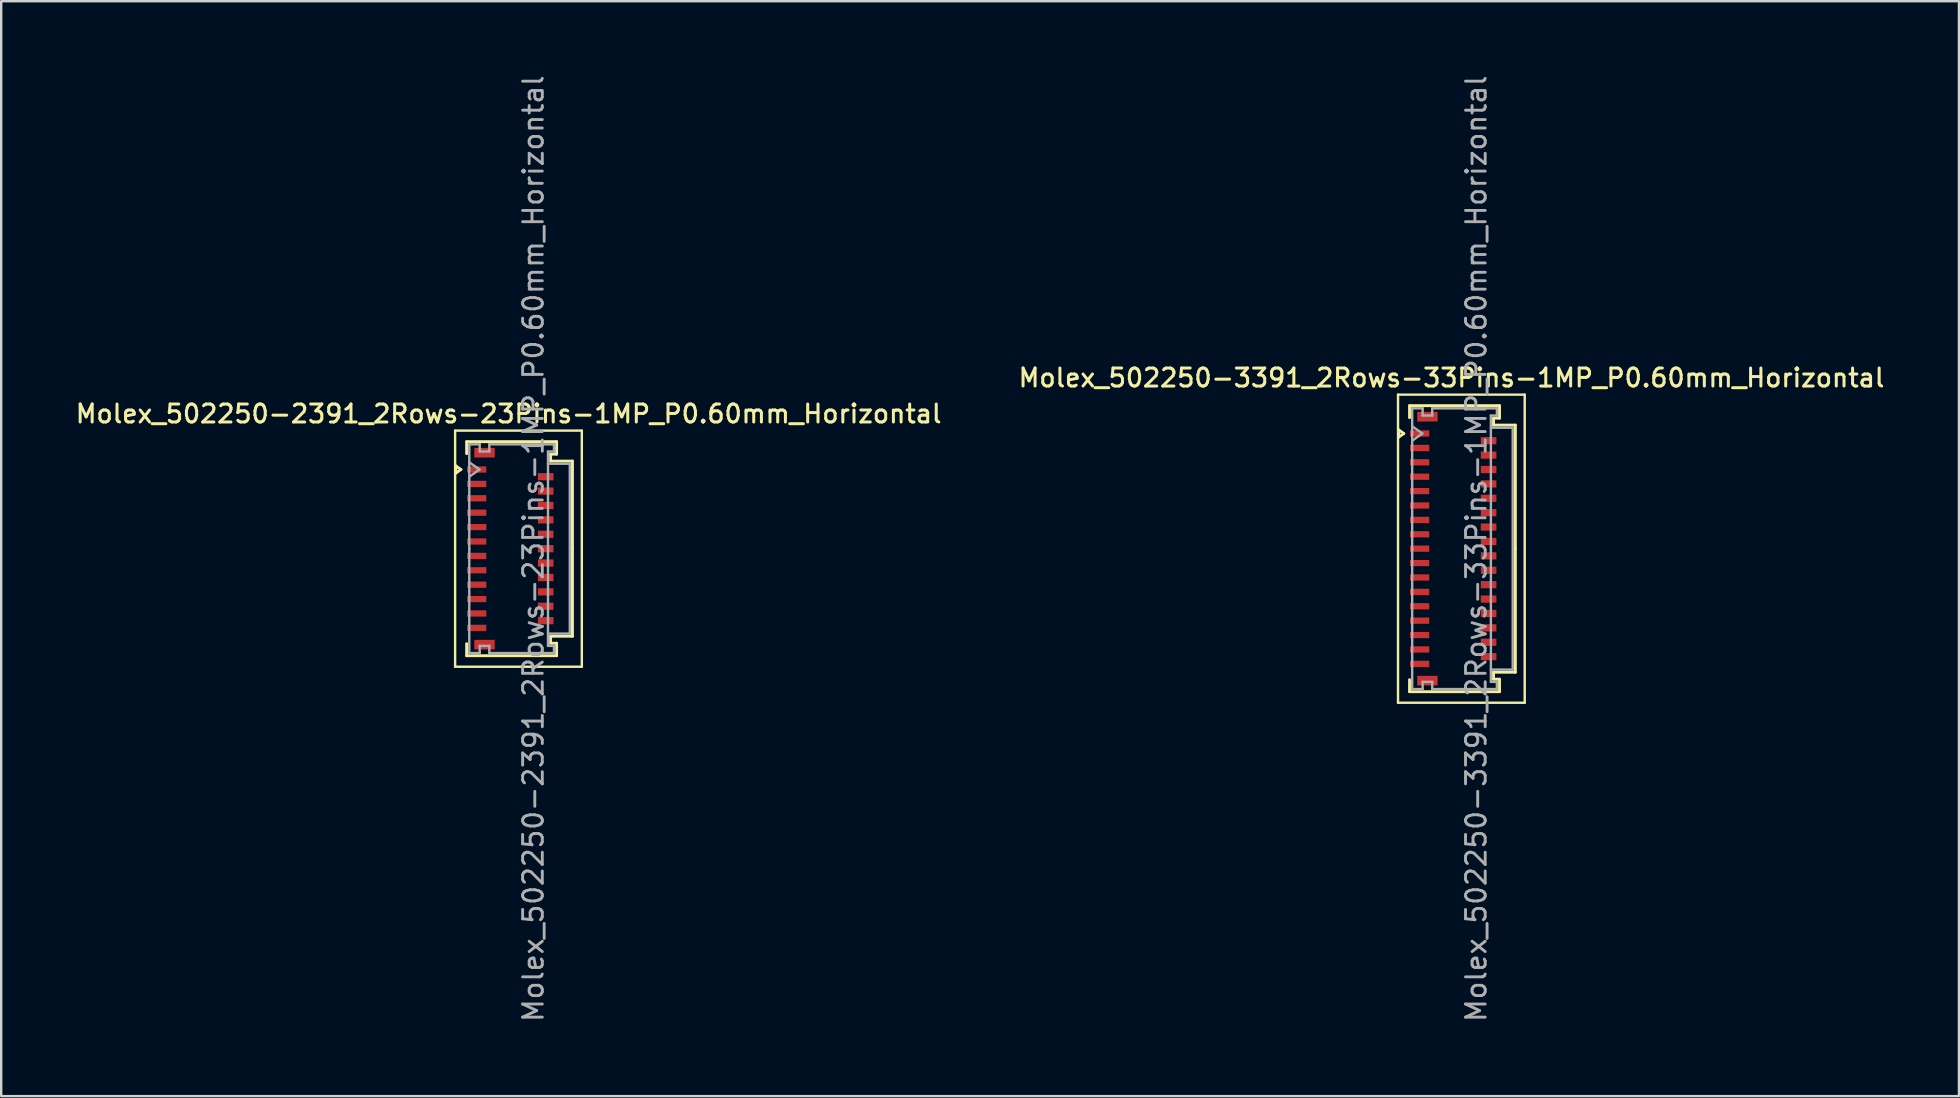
<source format=kicad_pcb>
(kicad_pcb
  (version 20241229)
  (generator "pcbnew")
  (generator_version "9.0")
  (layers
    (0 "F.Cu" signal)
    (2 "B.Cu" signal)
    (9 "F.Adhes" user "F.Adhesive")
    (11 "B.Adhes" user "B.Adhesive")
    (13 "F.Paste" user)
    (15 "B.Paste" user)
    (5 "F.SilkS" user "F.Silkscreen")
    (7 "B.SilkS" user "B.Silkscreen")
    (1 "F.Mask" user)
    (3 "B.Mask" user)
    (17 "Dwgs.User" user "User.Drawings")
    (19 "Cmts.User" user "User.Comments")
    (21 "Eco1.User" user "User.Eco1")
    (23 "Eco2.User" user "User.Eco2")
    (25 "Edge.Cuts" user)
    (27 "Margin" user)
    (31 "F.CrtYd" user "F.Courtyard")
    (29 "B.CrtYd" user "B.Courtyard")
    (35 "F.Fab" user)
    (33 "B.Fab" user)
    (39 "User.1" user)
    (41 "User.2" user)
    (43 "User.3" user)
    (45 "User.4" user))
  (footprint "Molex_502250-3391_2Rows-33Pins-1MP_P0.60mm_Horizontal"
    (layer "F.Cu")
    (at 57.515 19.817)
    (property "Reference" "Molex_502250-3391_2Rows-33Pins-1MP_P0.60mm_Horizontal" (at -0.07 -7.12 0) (layer "F.SilkS") (effects (font (size 0.75 0.75) (thickness 0.125))))
    (attr smd)
    (fp_line (start -2.3 -6.42) (end -2.3 6.42) (stroke (width 0.1) (type solid)) (layer "F.SilkS"))
    (fp_line (start -2.3 6.42) (end 2.98 6.42) (stroke (width 0.1) (type solid)) (layer "F.SilkS"))
    (fp_line (start -2.272 -4.95) (end -2.06 -4.8) (stroke (width 0.12) (type solid)) (layer "F.SilkS"))
    (fp_line (start -2.272 -4.65) (end -2.272 -4.95) (stroke (width 0.12) (type solid)) (layer "F.SilkS"))
    (fp_line (start -2.06 -4.8) (end -2.272 -4.65) (stroke (width 0.12) (type solid)) (layer "F.SilkS"))
    (fp_line (start -1.82 -5.96) (end 1.93 -5.96) (stroke (width 0.12) (type solid)) (layer "F.SilkS"))
    (fp_line (start -1.82 -5.46) (end -1.82 -5.96) (stroke (width 0.12) (type solid)) (layer "F.SilkS"))
    (fp_line (start -1.82 5.46) (end -1.82 5.96) (stroke (width 0.12) (type solid)) (layer "F.SilkS"))
    (fp_line (start -1.82 5.96) (end 1.93 5.96) (stroke (width 0.12) (type solid)) (layer "F.SilkS"))
    (fp_line (start 1.68 -5.44) (end 1.68 -5.15) (stroke (width 0.12) (type solid)) (layer "F.SilkS"))
    (fp_line (start 1.68 -5.15) (end 2.59 -5.15) (stroke (width 0.12) (type solid)) (layer "F.SilkS"))
    (fp_line (start 1.68 5.15) (end 2.59 5.15) (stroke (width 0.12) (type solid)) (layer "F.SilkS"))
    (fp_line (start 1.68 5.44) (end 1.68 5.15) (stroke (width 0.12) (type solid)) (layer "F.SilkS"))
    (fp_line (start 1.93 -5.96) (end 1.93 -5.44) (stroke (width 0.12) (type solid)) (layer "F.SilkS"))
    (fp_line (start 1.93 -5.44) (end 1.68 -5.44) (stroke (width 0.12) (type solid)) (layer "F.SilkS"))
    (fp_line (start 1.93 5.44) (end 1.68 5.44) (stroke (width 0.12) (type solid)) (layer "F.SilkS"))
    (fp_line (start 1.93 5.96) (end 1.93 5.44) (stroke (width 0.12) (type solid)) (layer "F.SilkS"))
    (fp_line (start 2.59 -5.15) (end 2.59 0) (stroke (width 0.12) (type solid)) (layer "F.SilkS"))
    (fp_line (start 2.59 5.15) (end 2.59 0) (stroke (width 0.12) (type solid)) (layer "F.SilkS"))
    (fp_line (start 2.98 -6.42) (end -2.3 -6.42) (stroke (width 0.1) (type solid)) (layer "F.SilkS"))
    (fp_line (start 2.98 6.42) (end 2.98 -6.42) (stroke (width 0.1) (type solid)) (layer "F.SilkS"))
    (fp_line (start -1.71 -5.85) (end -1.275 -5.85) (stroke (width 0.1) (type solid)) (layer "F.Fab"))
    (fp_line (start -1.71 -5.1) (end -1.286 -4.8) (stroke (width 0.1) (type solid)) (layer "F.Fab"))
    (fp_line (start -1.71 0) (end -1.71 -5.85) (stroke (width 0.1) (type solid)) (layer "F.Fab"))
    (fp_line (start -1.71 0) (end -1.71 5.85) (stroke (width 0.1) (type solid)) (layer "F.Fab"))
    (fp_line (start -1.71 5.85) (end -1.275 5.85) (stroke (width 0.1) (type solid)) (layer "F.Fab"))
    (fp_line (start -1.286 -4.8) (end -1.71 -4.5) (stroke (width 0.1) (type solid)) (layer "F.Fab"))
    (fp_line (start -1.275 -5.85) (end -1.275 -5.55) (stroke (width 0.1) (type solid)) (layer "F.Fab"))
    (fp_line (start -1.275 -5.55) (end -0.875 -5.55) (stroke (width 0.1) (type solid)) (layer "F.Fab"))
    (fp_line (start -1.275 5.55) (end -0.875 5.55) (stroke (width 0.1) (type solid)) (layer "F.Fab"))
    (fp_line (start -1.275 5.85) (end -1.275 5.55) (stroke (width 0.1) (type solid)) (layer "F.Fab"))
    (fp_line (start -0.875 -5.85) (end 1.82 -5.85) (stroke (width 0.1) (type solid)) (layer "F.Fab"))
    (fp_line (start -0.875 -5.55) (end -0.875 -5.85) (stroke (width 0.1) (type solid)) (layer "F.Fab"))
    (fp_line (start -0.875 5.55) (end -0.875 5.85) (stroke (width 0.1) (type solid)) (layer "F.Fab"))
    (fp_line (start -0.875 5.85) (end 1.82 5.85) (stroke (width 0.1) (type solid)) (layer "F.Fab"))
    (fp_line (start 1.57 -5.55) (end 1.57 0) (stroke (width 0.1) (type solid)) (layer "F.Fab"))
    (fp_line (start 1.57 -5.04) (end 2.48 -5.04) (stroke (width 0.1) (type solid)) (layer "F.Fab"))
    (fp_line (start 1.57 5.55) (end 1.57 0) (stroke (width 0.1) (type solid)) (layer "F.Fab"))
    (fp_line (start 1.82 -5.85) (end 1.82 -5.55) (stroke (width 0.1) (type solid)) (layer "F.Fab"))
    (fp_line (start 1.82 -5.55) (end 1.57 -5.55) (stroke (width 0.1) (type solid)) (layer "F.Fab"))
    (fp_line (start 1.82 5.55) (end 1.57 5.55) (stroke (width 0.1) (type solid)) (layer "F.Fab"))
    (fp_line (start 1.82 5.85) (end 1.82 5.55) (stroke (width 0.1) (type solid)) (layer "F.Fab"))
    (fp_line (start 2.48 -5.04) (end 2.48 5.04) (stroke (width 0.1) (type solid)) (layer "F.Fab"))
    (fp_line (start 2.48 5.04) (end 1.57 5.04) (stroke (width 0.1) (type solid)) (layer "F.Fab"))
    (fp_text user "${REFERENCE}" (at 0.96 0 90) (layer "F.Fab") (effects (font (size 0.82 0.82) (thickness 0.12))))
    (pad "1" smd rect (at -1.4 -4.8) (size 0.8 0.26) (layers "F.Cu" "F.Mask" "F.Paste"))
    (pad "2" smd rect (at 1.475 -4.5) (size 0.65 0.3) (layers "F.Cu" "F.Mask" "F.Paste"))
    (pad "3" smd rect (at -1.4 -4.2) (size 0.8 0.26) (layers "F.Cu" "F.Mask" "F.Paste"))
    (pad "4" smd rect (at 1.475 -3.9) (size 0.65 0.3) (layers "F.Cu" "F.Mask" "F.Paste"))
    (pad "5" smd rect (at -1.4 -3.6) (size 0.8 0.26) (layers "F.Cu" "F.Mask" "F.Paste"))
    (pad "6" smd rect (at 1.475 -3.3) (size 0.65 0.3) (layers "F.Cu" "F.Mask" "F.Paste"))
    (pad "7" smd rect (at -1.4 -3) (size 0.8 0.26) (layers "F.Cu" "F.Mask" "F.Paste"))
    (pad "8" smd rect (at 1.475 -2.7) (size 0.65 0.3) (layers "F.Cu" "F.Mask" "F.Paste"))
    (pad "9" smd rect (at -1.4 -2.4) (size 0.8 0.26) (layers "F.Cu" "F.Mask" "F.Paste"))
    (pad "10" smd rect (at 1.475 -2.1) (size 0.65 0.3) (layers "F.Cu" "F.Mask" "F.Paste"))
    (pad "11" smd rect (at -1.4 -1.8) (size 0.8 0.26) (layers "F.Cu" "F.Mask" "F.Paste"))
    (pad "12" smd rect (at 1.475 -1.5) (size 0.65 0.3) (layers "F.Cu" "F.Mask" "F.Paste"))
    (pad "13" smd rect (at -1.4 -1.2) (size 0.8 0.26) (layers "F.Cu" "F.Mask" "F.Paste"))
    (pad "14" smd rect (at 1.475 -0.9) (size 0.65 0.3) (layers "F.Cu" "F.Mask" "F.Paste"))
    (pad "15" smd rect (at -1.4 -0.6) (size 0.8 0.26) (layers "F.Cu" "F.Mask" "F.Paste"))
    (pad "16" smd rect (at 1.475 -0.3) (size 0.65 0.3) (layers "F.Cu" "F.Mask" "F.Paste"))
    (pad "17" smd rect (at -1.4 0) (size 0.8 0.26) (layers "F.Cu" "F.Mask" "F.Paste"))
    (pad "18" smd rect (at 1.475 0.3) (size 0.65 0.3) (layers "F.Cu" "F.Mask" "F.Paste"))
    (pad "19" smd rect (at -1.4 0.6) (size 0.8 0.26) (layers "F.Cu" "F.Mask" "F.Paste"))
    (pad "20" smd rect (at 1.475 0.9) (size 0.65 0.3) (layers "F.Cu" "F.Mask" "F.Paste"))
    (pad "21" smd rect (at -1.4 1.2) (size 0.8 0.26) (layers "F.Cu" "F.Mask" "F.Paste"))
    (pad "22" smd rect (at 1.475 1.5) (size 0.65 0.3) (layers "F.Cu" "F.Mask" "F.Paste"))
    (pad "23" smd rect (at -1.4 1.8) (size 0.8 0.26) (layers "F.Cu" "F.Mask" "F.Paste"))
    (pad "24" smd rect (at 1.475 2.1) (size 0.65 0.3) (layers "F.Cu" "F.Mask" "F.Paste"))
    (pad "25" smd rect (at -1.4 2.4) (size 0.8 0.26) (layers "F.Cu" "F.Mask" "F.Paste"))
    (pad "26" smd rect (at 1.475 2.7) (size 0.65 0.3) (layers "F.Cu" "F.Mask" "F.Paste"))
    (pad "27" smd rect (at -1.4 3) (size 0.8 0.26) (layers "F.Cu" "F.Mask" "F.Paste"))
    (pad "28" smd rect (at 1.475 3.3) (size 0.65 0.3) (layers "F.Cu" "F.Mask" "F.Paste"))
    (pad "29" smd rect (at -1.4 3.6) (size 0.8 0.26) (layers "F.Cu" "F.Mask" "F.Paste"))
    (pad "30" smd rect (at 1.475 3.9) (size 0.65 0.3) (layers "F.Cu" "F.Mask" "F.Paste"))
    (pad "31" smd rect (at -1.4 4.2) (size 0.8 0.26) (layers "F.Cu" "F.Mask" "F.Paste"))
    (pad "32" smd rect (at 1.475 4.5) (size 0.65 0.3) (layers "F.Cu" "F.Mask" "F.Paste"))
    (pad "33" smd rect (at -1.4 4.8) (size 0.8 0.26) (layers "F.Cu" "F.Mask" "F.Paste"))
    (pad "MP" smd rect (at -1.075 -5.5) (size 0.85 0.4) (layers "F.Cu" "F.Mask" "F.Paste"))
    (pad "MP" smd rect (at -1.075 5.5) (size 0.85 0.4) (layers "F.Cu" "F.Mask" "F.Paste")))
  (footprint "Molex_502250-2391_2Rows-23Pins-1MP_P0.60mm_Horizontal"
    (layer "F.Cu")
    (at 18.218 19.817)
    (property "Reference" "Molex_502250-2391_2Rows-23Pins-1MP_P0.60mm_Horizontal" (at -0.07 -5.62 0) (layer "F.SilkS") (effects (font (size 0.75 0.75) (thickness 0.125))))
    (attr smd)
    (fp_line (start -2.3 -4.92) (end -2.3 4.92) (stroke (width 0.1) (type solid)) (layer "F.SilkS"))
    (fp_line (start -2.3 4.92) (end 2.98 4.92) (stroke (width 0.1) (type solid)) (layer "F.SilkS"))
    (fp_line (start -2.272 -3.45) (end -2.06 -3.3) (stroke (width 0.12) (type solid)) (layer "F.SilkS"))
    (fp_line (start -2.272 -3.15) (end -2.272 -3.45) (stroke (width 0.12) (type solid)) (layer "F.SilkS"))
    (fp_line (start -2.06 -3.3) (end -2.272 -3.15) (stroke (width 0.12) (type solid)) (layer "F.SilkS"))
    (fp_line (start -1.82 -4.46) (end 1.93 -4.46) (stroke (width 0.12) (type solid)) (layer "F.SilkS"))
    (fp_line (start -1.82 -3.96) (end -1.82 -4.46) (stroke (width 0.12) (type solid)) (layer "F.SilkS"))
    (fp_line (start -1.82 3.96) (end -1.82 4.46) (stroke (width 0.12) (type solid)) (layer "F.SilkS"))
    (fp_line (start -1.82 4.46) (end 1.93 4.46) (stroke (width 0.12) (type solid)) (layer "F.SilkS"))
    (fp_line (start 1.68 -3.94) (end 1.68 -3.65) (stroke (width 0.12) (type solid)) (layer "F.SilkS"))
    (fp_line (start 1.68 -3.65) (end 2.59 -3.65) (stroke (width 0.12) (type solid)) (layer "F.SilkS"))
    (fp_line (start 1.68 3.65) (end 2.59 3.65) (stroke (width 0.12) (type solid)) (layer "F.SilkS"))
    (fp_line (start 1.68 3.94) (end 1.68 3.65) (stroke (width 0.12) (type solid)) (layer "F.SilkS"))
    (fp_line (start 1.93 -4.46) (end 1.93 -3.94) (stroke (width 0.12) (type solid)) (layer "F.SilkS"))
    (fp_line (start 1.93 -3.94) (end 1.68 -3.94) (stroke (width 0.12) (type solid)) (layer "F.SilkS"))
    (fp_line (start 1.93 3.94) (end 1.68 3.94) (stroke (width 0.12) (type solid)) (layer "F.SilkS"))
    (fp_line (start 1.93 4.46) (end 1.93 3.94) (stroke (width 0.12) (type solid)) (layer "F.SilkS"))
    (fp_line (start 2.59 -3.65) (end 2.59 0) (stroke (width 0.12) (type solid)) (layer "F.SilkS"))
    (fp_line (start 2.59 3.65) (end 2.59 0) (stroke (width 0.12) (type solid)) (layer "F.SilkS"))
    (fp_line (start 2.98 -4.92) (end -2.3 -4.92) (stroke (width 0.1) (type solid)) (layer "F.SilkS"))
    (fp_line (start 2.98 4.92) (end 2.98 -4.92) (stroke (width 0.1) (type solid)) (layer "F.SilkS"))
    (fp_line (start -1.71 -4.35) (end -1.275 -4.35) (stroke (width 0.1) (type solid)) (layer "F.Fab"))
    (fp_line (start -1.71 -3.6) (end -1.286 -3.3) (stroke (width 0.1) (type solid)) (layer "F.Fab"))
    (fp_line (start -1.71 0) (end -1.71 -4.35) (stroke (width 0.1) (type solid)) (layer "F.Fab"))
    (fp_line (start -1.71 0) (end -1.71 4.35) (stroke (width 0.1) (type solid)) (layer "F.Fab"))
    (fp_line (start -1.71 4.35) (end -1.275 4.35) (stroke (width 0.1) (type solid)) (layer "F.Fab"))
    (fp_line (start -1.286 -3.3) (end -1.71 -3) (stroke (width 0.1) (type solid)) (layer "F.Fab"))
    (fp_line (start -1.275 -4.35) (end -1.275 -4.05) (stroke (width 0.1) (type solid)) (layer "F.Fab"))
    (fp_line (start -1.275 -4.05) (end -0.875 -4.05) (stroke (width 0.1) (type solid)) (layer "F.Fab"))
    (fp_line (start -1.275 4.05) (end -0.875 4.05) (stroke (width 0.1) (type solid)) (layer "F.Fab"))
    (fp_line (start -1.275 4.35) (end -1.275 4.05) (stroke (width 0.1) (type solid)) (layer "F.Fab"))
    (fp_line (start -0.875 -4.35) (end 1.82 -4.35) (stroke (width 0.1) (type solid)) (layer "F.Fab"))
    (fp_line (start -0.875 -4.05) (end -0.875 -4.35) (stroke (width 0.1) (type solid)) (layer "F.Fab"))
    (fp_line (start -0.875 4.05) (end -0.875 4.35) (stroke (width 0.1) (type solid)) (layer "F.Fab"))
    (fp_line (start -0.875 4.35) (end 1.82 4.35) (stroke (width 0.1) (type solid)) (layer "F.Fab"))
    (fp_line (start 1.57 -4.05) (end 1.57 0) (stroke (width 0.1) (type solid)) (layer "F.Fab"))
    (fp_line (start 1.57 -3.54) (end 2.48 -3.54) (stroke (width 0.1) (type solid)) (layer "F.Fab"))
    (fp_line (start 1.57 4.05) (end 1.57 0) (stroke (width 0.1) (type solid)) (layer "F.Fab"))
    (fp_line (start 1.82 -4.35) (end 1.82 -4.05) (stroke (width 0.1) (type solid)) (layer "F.Fab"))
    (fp_line (start 1.82 -4.05) (end 1.57 -4.05) (stroke (width 0.1) (type solid)) (layer "F.Fab"))
    (fp_line (start 1.82 4.05) (end 1.57 4.05) (stroke (width 0.1) (type solid)) (layer "F.Fab"))
    (fp_line (start 1.82 4.35) (end 1.82 4.05) (stroke (width 0.1) (type solid)) (layer "F.Fab"))
    (fp_line (start 2.48 -3.54) (end 2.48 3.54) (stroke (width 0.1) (type solid)) (layer "F.Fab"))
    (fp_line (start 2.48 3.54) (end 1.57 3.54) (stroke (width 0.1) (type solid)) (layer "F.Fab"))
    (fp_text user "${REFERENCE}" (at 0.96 0 90) (layer "F.Fab") (effects (font (size 0.82 0.82) (thickness 0.12))))
    (pad "1" smd rect (at -1.4 -3.3) (size 0.8 0.26) (layers "F.Cu" "F.Mask" "F.Paste"))
    (pad "2" smd rect (at 1.475 -3) (size 0.65 0.3) (layers "F.Cu" "F.Mask" "F.Paste"))
    (pad "3" smd rect (at -1.4 -2.7) (size 0.8 0.26) (layers "F.Cu" "F.Mask" "F.Paste"))
    (pad "4" smd rect (at 1.475 -2.4) (size 0.65 0.3) (layers "F.Cu" "F.Mask" "F.Paste"))
    (pad "5" smd rect (at -1.4 -2.1) (size 0.8 0.26) (layers "F.Cu" "F.Mask" "F.Paste"))
    (pad "6" smd rect (at 1.475 -1.8) (size 0.65 0.3) (layers "F.Cu" "F.Mask" "F.Paste"))
    (pad "7" smd rect (at -1.4 -1.5) (size 0.8 0.26) (layers "F.Cu" "F.Mask" "F.Paste"))
    (pad "8" smd rect (at 1.475 -1.2) (size 0.65 0.3) (layers "F.Cu" "F.Mask" "F.Paste"))
    (pad "9" smd rect (at -1.4 -0.9) (size 0.8 0.26) (layers "F.Cu" "F.Mask" "F.Paste"))
    (pad "10" smd rect (at 1.475 -0.6) (size 0.65 0.3) (layers "F.Cu" "F.Mask" "F.Paste"))
    (pad "11" smd rect (at -1.4 -0.3) (size 0.8 0.26) (layers "F.Cu" "F.Mask" "F.Paste"))
    (pad "12" smd rect (at 1.475 0) (size 0.65 0.3) (layers "F.Cu" "F.Mask" "F.Paste"))
    (pad "13" smd rect (at -1.4 0.3) (size 0.8 0.26) (layers "F.Cu" "F.Mask" "F.Paste"))
    (pad "14" smd rect (at 1.475 0.6) (size 0.65 0.3) (layers "F.Cu" "F.Mask" "F.Paste"))
    (pad "15" smd rect (at -1.4 0.9) (size 0.8 0.26) (layers "F.Cu" "F.Mask" "F.Paste"))
    (pad "16" smd rect (at 1.475 1.2) (size 0.65 0.3) (layers "F.Cu" "F.Mask" "F.Paste"))
    (pad "17" smd rect (at -1.4 1.5) (size 0.8 0.26) (layers "F.Cu" "F.Mask" "F.Paste"))
    (pad "18" smd rect (at 1.475 1.8) (size 0.65 0.3) (layers "F.Cu" "F.Mask" "F.Paste"))
    (pad "19" smd rect (at -1.4 2.1) (size 0.8 0.26) (layers "F.Cu" "F.Mask" "F.Paste"))
    (pad "20" smd rect (at 1.475 2.4) (size 0.65 0.3) (layers "F.Cu" "F.Mask" "F.Paste"))
    (pad "21" smd rect (at -1.4 2.7) (size 0.8 0.26) (layers "F.Cu" "F.Mask" "F.Paste"))
    (pad "22" smd rect (at 1.475 3) (size 0.65 0.3) (layers "F.Cu" "F.Mask" "F.Paste"))
    (pad "23" smd rect (at -1.4 3.3) (size 0.8 0.26) (layers "F.Cu" "F.Mask" "F.Paste"))
    (pad "MP" smd rect (at -1.075 -4) (size 0.85 0.4) (layers "F.Cu" "F.Mask" "F.Paste"))
    (pad "MP" smd rect (at -1.075 4) (size 0.85 0.4) (layers "F.Cu" "F.Mask" "F.Paste")))
  (gr_rect
    (start -3 -3)
    (end 78.593 42.634)
    (stroke (width 0.1) (type default))
    (fill no)
    (layer "Edge.Cuts")))
</source>
